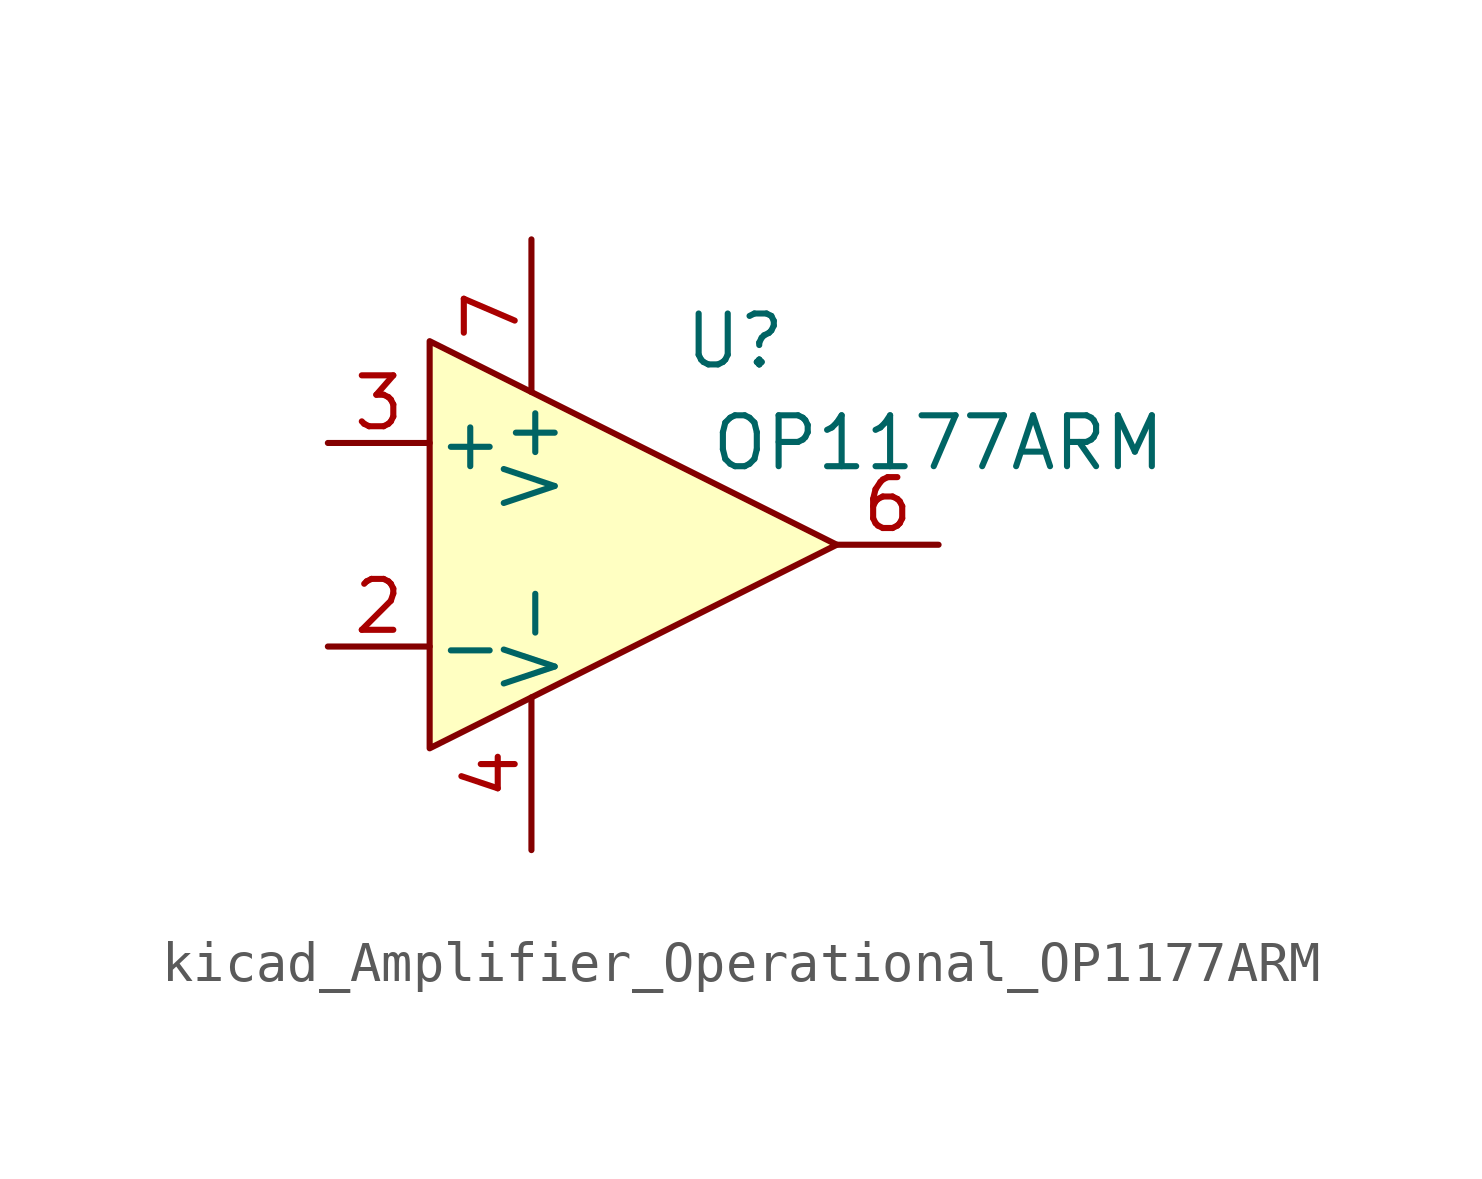
<source format=kicad_sym>
(kicad_symbol_lib
  (version 20220914)
  (generator kicad_symbol_editor)
  (symbol "kicad_Amplifier_Operational_OP1177ARM"
    (pin_names
      (offset 0.127))
    (property "Reference" "U"
      (at 2.54 5.08 0)
      (effects (font (size 1.27 1.27))))
    (property "Value" "OP1177ARM"
      (at 7.62 2.54 0)
      (effects (font (size 1.27 1.27))))
    (symbol "kicad_Amplifier_Operational_OP1177ARM_0_1"
      (polyline (pts (xy -5.08 5.08) (xy -5.08 -5.08) (xy 5.08 0) (xy -5.08 5.08)) (stroke (width 0) (type default)) (fill (type background))))
    (symbol "kicad_Amplifier_Operational_OP1177ARM_1_1"
      (pin no_connect line (at -5.08 0 0) (length 3.81) hide (name "NC" (effects (font (size 1.27 1.27)))) (number "1" (effects (font (size 1.27 1.27)))))
      (pin input line (at -7.62 -2.54 0) (length 2.54) (name "-" (effects (font (size 1.27 1.27)))) (number "2" (effects (font (size 1.27 1.27)))))
      (pin input line (at -7.62 2.54 0) (length 2.54) (name "+" (effects (font (size 1.27 1.27)))) (number "3" (effects (font (size 1.27 1.27)))))
      (pin power_in line (at -2.54 -7.62 90) (length 3.81) (name "V-" (effects (font (size 1.27 1.27)))) (number "4" (effects (font (size 1.27 1.27)))))
      (pin no_connect line (at 0 -2.54 90) (length 3.81) hide (name "NC" (effects (font (size 1.27 1.27)))) (number "5" (effects (font (size 1.27 1.27)))))
      (pin output line (at 7.62 0 180) (length 2.54) (name "~" (effects (font (size 1.27 1.27)))) (number "6" (effects (font (size 1.27 1.27)))))
      (pin power_in line (at -2.54 7.62 270) (length 3.81) (name "V+" (effects (font (size 1.27 1.27)))) (number "7" (effects (font (size 1.27 1.27)))))
      (pin no_connect line (at 0 2.54 270) (length 3.81) hide (name "NC" (effects (font (size 1.27 1.27)))) (number "8" (effects (font (size 1.27 1.27))))))))
</source>
